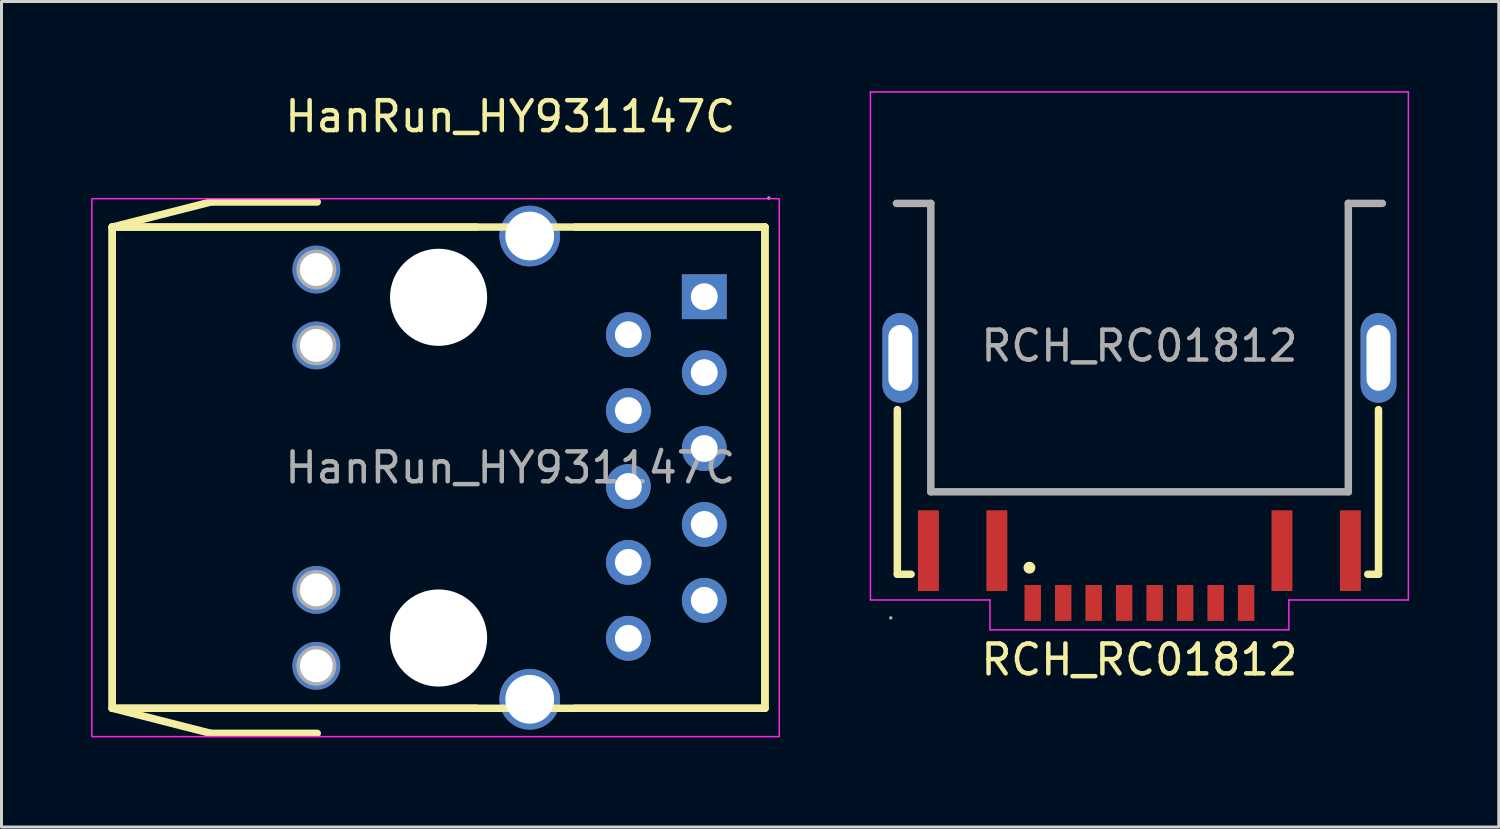
<source format=kicad_pcb>
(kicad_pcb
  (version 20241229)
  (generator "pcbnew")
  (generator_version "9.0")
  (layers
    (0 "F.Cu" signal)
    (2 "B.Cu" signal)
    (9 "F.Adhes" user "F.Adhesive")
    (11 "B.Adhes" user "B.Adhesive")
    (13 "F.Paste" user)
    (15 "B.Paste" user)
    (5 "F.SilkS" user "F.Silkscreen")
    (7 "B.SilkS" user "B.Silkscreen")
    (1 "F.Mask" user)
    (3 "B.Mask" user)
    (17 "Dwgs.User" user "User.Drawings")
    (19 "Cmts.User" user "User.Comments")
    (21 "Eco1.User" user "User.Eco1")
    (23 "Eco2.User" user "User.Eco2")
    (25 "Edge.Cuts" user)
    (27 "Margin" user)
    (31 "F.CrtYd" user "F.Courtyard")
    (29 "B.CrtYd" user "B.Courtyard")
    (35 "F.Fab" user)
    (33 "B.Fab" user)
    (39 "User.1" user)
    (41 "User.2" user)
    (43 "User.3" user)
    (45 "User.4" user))
  (footprint "RCH_RC01812"
    (layer "F.Cu")
    (at 35.075 13.025)
    (property "Reference" "RCH_RC01812" (at 0 6 0) (layer "F.SilkS") (effects (font (size 1 1) (thickness 0.15))))
    (attr through_hole)
    (fp_line (start -8.1 -2.37) (end -8.1 3.14) (stroke (width 0.25) (type solid)) (layer "F.SilkS"))
    (fp_line (start -8.1 3.14) (end -7.64 3.14) (stroke (width 0.25) (type solid)) (layer "F.SilkS"))
    (fp_line (start 7.64 3.14) (end 8 3.14) (stroke (width 0.25) (type solid)) (layer "F.SilkS"))
    (fp_line (start 8 3.14) (end 8 -2.37) (stroke (width 0.25) (type solid)) (layer "F.SilkS"))
    (fp_circle (center -3.68 2.92) (end -3.58 2.92) (stroke (width 0.2) (type solid)) (fill no) (layer "F.SilkS"))
    (fp_line (start -8.1 -12.11) (end -8.1 -5.82) (stroke (width 0.25) (type solid)) (layer "Eco1.User"))
    (fp_line (start -8.1 -12.11) (end 8.1 -12.11) (stroke (width 0.25) (type solid)) (layer "Eco1.User"))
    (fp_line (start -8.1 -9.28) (end 8.13 -9.28) (stroke (width 0.25) (type solid)) (layer "Eco1.User"))
    (fp_line (start -6.98 -0.38) (end -6.98 -9.28) (stroke (width 0.25) (type solid)) (layer "Eco1.User"))
    (fp_line (start 7.01 -9.28) (end 7.01 -0.38) (stroke (width 0.25) (type solid)) (layer "Eco1.User"))
    (fp_line (start 7.01 -0.38) (end -6.98 -0.38) (stroke (width 0.25) (type solid)) (layer "Eco1.User"))
    (fp_line (start 8.13 -5.82) (end 8.13 -12.11) (stroke (width 0.25) (type solid)) (layer "Eco1.User"))
    (fp_line (start -9 -13) (end -9 4) (stroke (width 0.05) (type default)) (layer "F.CrtYd"))
    (fp_line (start -9 4) (end -5 4) (stroke (width 0.05) (type default)) (layer "F.CrtYd"))
    (fp_line (start -5 4) (end -5 5) (stroke (width 0.05) (type default)) (layer "F.CrtYd"))
    (fp_line (start -5 5) (end 5 5) (stroke (width 0.05) (type default)) (layer "F.CrtYd"))
    (fp_line (start 5 4) (end 9 4) (stroke (width 0.05) (type default)) (layer "F.CrtYd"))
    (fp_line (start 5 5) (end 5 4) (stroke (width 0.05) (type default)) (layer "F.CrtYd"))
    (fp_line (start 9 -13) (end -9 -13) (stroke (width 0.05) (type default)) (layer "F.CrtYd"))
    (fp_line (start 9 4) (end 9 -13) (stroke (width 0.05) (type default)) (layer "F.CrtYd"))
    (fp_line (start -8.13 -9.27) (end -6.98 -9.27) (stroke (width 0.25) (type solid)) (layer "F.Fab"))
    (fp_line (start -6.98 -9.27) (end -6.98 0.38) (stroke (width 0.25) (type solid)) (layer "F.Fab"))
    (fp_line (start -6.98 0.38) (end 6.99 0.38) (stroke (width 0.25) (type solid)) (layer "F.Fab"))
    (fp_line (start 6.99 -9.27) (end 8.13 -9.27) (stroke (width 0.25) (type solid)) (layer "F.Fab"))
    (fp_line (start 6.99 0.38) (end 6.99 -9.27) (stroke (width 0.25) (type solid)) (layer "F.Fab"))
    (fp_circle (center -8.32 4.6) (end -8.29 4.6) (stroke (width 0.06) (type solid)) (fill no) (layer "F.Fab"))
    (fp_text user "${REFERENCE}" (at 0 -4.5 0) (layer "F.Fab") (effects (font (size 1 1) (thickness 0.15))))
    (pad "1" smd rect (at -3.57 4.1) (size 0.55 1.2) (layers "F.Cu" "F.Mask" "F.Paste"))
    (pad "2" smd rect (at -2.55 4.1) (size 0.55 1.2) (layers "F.Cu" "F.Mask" "F.Paste"))
    (pad "3" smd rect (at -1.53 4.1) (size 0.55 1.2) (layers "F.Cu" "F.Mask" "F.Paste"))
    (pad "4" smd rect (at -0.51 4.1) (size 0.55 1.2) (layers "F.Cu" "F.Mask" "F.Paste"))
    (pad "5" smd rect (at 0.51 4.1) (size 0.55 1.2) (layers "F.Cu" "F.Mask" "F.Paste"))
    (pad "6" smd rect (at 1.53 4.1) (size 0.55 1.2) (layers "F.Cu" "F.Mask" "F.Paste"))
    (pad "7" smd rect (at 2.55 4.1) (size 0.55 1.2) (layers "F.Cu" "F.Mask" "F.Paste"))
    (pad "8" smd rect (at 3.57 4.1) (size 0.55 1.2) (layers "F.Cu" "F.Mask" "F.Paste"))
    (pad "9" smd rect (at -7.06 2.35) (size 0.7 2.7) (layers "F.Cu" "F.Mask" "F.Paste"))
    (pad "10" smd rect (at -4.77 2.35) (size 0.7 2.7) (layers "F.Cu" "F.Mask" "F.Paste"))
    (pad "11" smd rect (at 4.77 2.35) (size 0.7 2.7) (layers "F.Cu" "F.Mask" "F.Paste"))
    (pad "12" smd rect (at 7.06 2.35) (size 0.7 2.7) (layers "F.Cu" "F.Mask" "F.Paste"))
    (pad "SH" thru_hole oval (at -8 -4.1) (size 1.2 3) (drill oval 0.8 2.2) (layers "*.Cu" "*.Mask"))
    (pad "SH" thru_hole oval (at 8 -4.1) (size 1.2 3) (drill oval 0.8 2.2) (layers "*.Cu" "*.Mask")))
  (footprint "HanRun_HY931147C"
    (layer "F.Cu")
    (at 14.025 12.598)
    (property "Reference" "HanRun_HY931147C" (at 0 -11.75 0) (layer "F.SilkS") (effects (font (size 1 1) (thickness 0.15))))
    (attr through_hole)
    (fp_line (start -13.32 -8.05) (end -13.32 8.05) (stroke (width 0.25) (type solid)) (layer "F.SilkS"))
    (fp_line (start -13.32 -8.05) (end -10.02 -8.89) (stroke (width 0.25) (type solid)) (layer "F.SilkS"))
    (fp_line (start -13.32 -8.05) (end 8.52 -8.05) (stroke (width 0.25) (type solid)) (layer "F.SilkS"))
    (fp_line (start -13.32 8.05) (end -13.32 -8.05) (stroke (width 0.25) (type solid)) (layer "F.SilkS"))
    (fp_line (start -13.32 8.05) (end -1.13 8.05) (stroke (width 0.25) (type solid)) (layer "F.SilkS"))
    (fp_line (start -10.02 -8.89) (end -6.46 -8.89) (stroke (width 0.25) (type solid)) (layer "F.SilkS"))
    (fp_line (start -10.02 8.89) (end -13.32 8.05) (stroke (width 0.25) (type solid)) (layer "F.SilkS"))
    (fp_line (start -6.46 8.89) (end -10.02 8.89) (stroke (width 0.25) (type solid)) (layer "F.SilkS"))
    (fp_line (start -1.13 -8.05) (end -13.32 -8.05) (stroke (width 0.25) (type solid)) (layer "F.SilkS"))
    (fp_line (start 2.17 -8.05) (end 8.52 -8.05) (stroke (width 0.25) (type solid)) (layer "F.SilkS"))
    (fp_line (start 8.52 -8.05) (end 8.52 8.05) (stroke (width 0.25) (type solid)) (layer "F.SilkS"))
    (fp_line (start 8.52 -8.05) (end 8.52 8.05) (stroke (width 0.25) (type solid)) (layer "F.SilkS"))
    (fp_line (start 8.52 8.05) (end -13.32 8.05) (stroke (width 0.25) (type solid)) (layer "F.SilkS"))
    (fp_line (start 8.52 8.05) (end 2.17 8.05) (stroke (width 0.25) (type solid)) (layer "F.SilkS"))
    (fp_rect (start -14 -9) (end 9 9) (stroke (width 0.05) (type default)) (fill no) (layer "F.CrtYd"))
    (fp_circle (center -6.49 -6.63) (end -6.27 -6.63) (stroke (width 0.45) (type solid)) (fill no) (layer "F.Fab"))
    (fp_circle (center -6.49 -4.09) (end -6.27 -4.09) (stroke (width 0.45) (type solid)) (fill no) (layer "F.Fab"))
    (fp_circle (center -6.49 4.09) (end -6.27 4.09) (stroke (width 0.45) (type solid)) (fill no) (layer "F.Fab"))
    (fp_circle (center -6.49 6.63) (end -6.27 6.63) (stroke (width 0.45) (type solid)) (fill no) (layer "F.Fab"))
    (fp_circle (center -2.4 -5.7) (end -1.64 -5.7) (stroke (width 1.52) (type solid)) (fill no) (layer "F.Fab"))
    (fp_circle (center -2.4 5.7) (end -1.64 5.7) (stroke (width 1.52) (type solid)) (fill no) (layer "F.Fab"))
    (fp_circle (center 0.65 -7.75) (end 1.01 -7.75) (stroke (width 0.72) (type solid)) (fill no) (layer "F.Fab"))
    (fp_circle (center 0.65 7.75) (end 1.01 7.75) (stroke (width 0.72) (type solid)) (fill no) (layer "F.Fab"))
    (fp_circle (center 3.95 -4.45) (end 4.13 -4.45) (stroke (width 0.35) (type solid)) (fill no) (layer "F.Fab"))
    (fp_circle (center 3.95 -1.91) (end 4.13 -1.91) (stroke (width 0.35) (type solid)) (fill no) (layer "F.Fab"))
    (fp_circle (center 3.95 0.63) (end 4.13 0.63) (stroke (width 0.35) (type solid)) (fill no) (layer "F.Fab"))
    (fp_circle (center 3.95 3.17) (end 4.13 3.17) (stroke (width 0.35) (type solid)) (fill no) (layer "F.Fab"))
    (fp_circle (center 3.95 5.71) (end 4.13 5.71) (stroke (width 0.35) (type solid)) (fill no) (layer "F.Fab"))
    (fp_circle (center 6.49 -5.72) (end 6.67 -5.72) (stroke (width 0.35) (type solid)) (fill no) (layer "F.Fab"))
    (fp_circle (center 6.49 -3.18) (end 6.67 -3.18) (stroke (width 0.35) (type solid)) (fill no) (layer "F.Fab"))
    (fp_circle (center 6.49 -0.64) (end 6.67 -0.64) (stroke (width 0.35) (type solid)) (fill no) (layer "F.Fab"))
    (fp_circle (center 6.49 1.9) (end 6.67 1.9) (stroke (width 0.35) (type solid)) (fill no) (layer "F.Fab"))
    (fp_circle (center 6.49 4.44) (end 6.67 4.44) (stroke (width 0.35) (type solid)) (fill no) (layer "F.Fab"))
    (fp_circle (center 8.65 -9.02) (end 8.68 -9.02) (stroke (width 0.06) (type solid)) (fill no) (layer "F.Fab"))
    (fp_text user "${REFERENCE}" (at 0 0 0) (layer "F.Fab") (effects (font (size 1 1) (thickness 0.15))))
    (pad "" np_thru_hole circle (at -2.4 -5.7) (size 3.25 3.25) (drill 3.25) (layers "*.Cu" "*.Mask"))
    (pad "" np_thru_hole circle (at -2.4 5.7) (size 3.25 3.25) (drill 3.25) (layers "*.Cu" "*.Mask"))
    (pad "1" thru_hole rect (at 6.49 -5.72) (size 1.5 1.5) (drill 0.9) (layers "*.Cu" "*.Mask"))
    (pad "2" thru_hole circle (at 3.95 -4.45) (size 1.5 1.5) (drill 0.9) (layers "*.Cu" "*.Mask"))
    (pad "3" thru_hole circle (at 6.49 -3.18) (size 1.5 1.5) (drill 0.9) (layers "*.Cu" "*.Mask"))
    (pad "4" thru_hole circle (at 3.95 -1.91) (size 1.5 1.5) (drill 0.9) (layers "*.Cu" "*.Mask"))
    (pad "5" thru_hole circle (at 6.49 -0.64) (size 1.5 1.5) (drill 0.9) (layers "*.Cu" "*.Mask"))
    (pad "6" thru_hole circle (at 3.95 0.63) (size 1.5 1.5) (drill 0.9) (layers "*.Cu" "*.Mask"))
    (pad "7" thru_hole circle (at 6.49 1.9) (size 1.5 1.5) (drill 0.9) (layers "*.Cu" "*.Mask"))
    (pad "8" thru_hole circle (at 3.95 3.17) (size 1.5 1.5) (drill 0.9) (layers "*.Cu" "*.Mask"))
    (pad "9" thru_hole circle (at 6.49 4.44) (size 1.5 1.5) (drill 0.9) (layers "*.Cu" "*.Mask"))
    (pad "10" thru_hole circle (at 3.95 5.71) (size 1.5 1.5) (drill 0.9) (layers "*.Cu" "*.Mask"))
    (pad "11" thru_hole circle (at -6.49 -6.63) (size 1.6 1.6) (drill 1.1) (layers "*.Cu" "*.Mask"))
    (pad "12" thru_hole circle (at -6.49 -4.09) (size 1.6 1.6) (drill 1.1) (layers "*.Cu" "*.Mask"))
    (pad "13" thru_hole circle (at -6.49 4.09) (size 1.6 1.6) (drill 1.1) (layers "*.Cu" "*.Mask"))
    (pad "14" thru_hole circle (at -6.49 6.63) (size 1.6 1.6) (drill 1.1) (layers "*.Cu" "*.Mask"))
    (pad "SHLD" thru_hole circle (at 0.65 -7.75) (size 2.03 2.03) (drill 1.631) (layers "*.Cu" "*.Mask"))
    (pad "SHLD" thru_hole circle (at 0.65 7.75) (size 2.03 2.03) (drill 1.631) (layers "*.Cu" "*.Mask")))
  (gr_rect
    (start -3 -3)
    (end 47.1 24.623)
    (stroke (width 0.1) (type default))
    (fill no)
    (layer "Edge.Cuts")))
</source>
